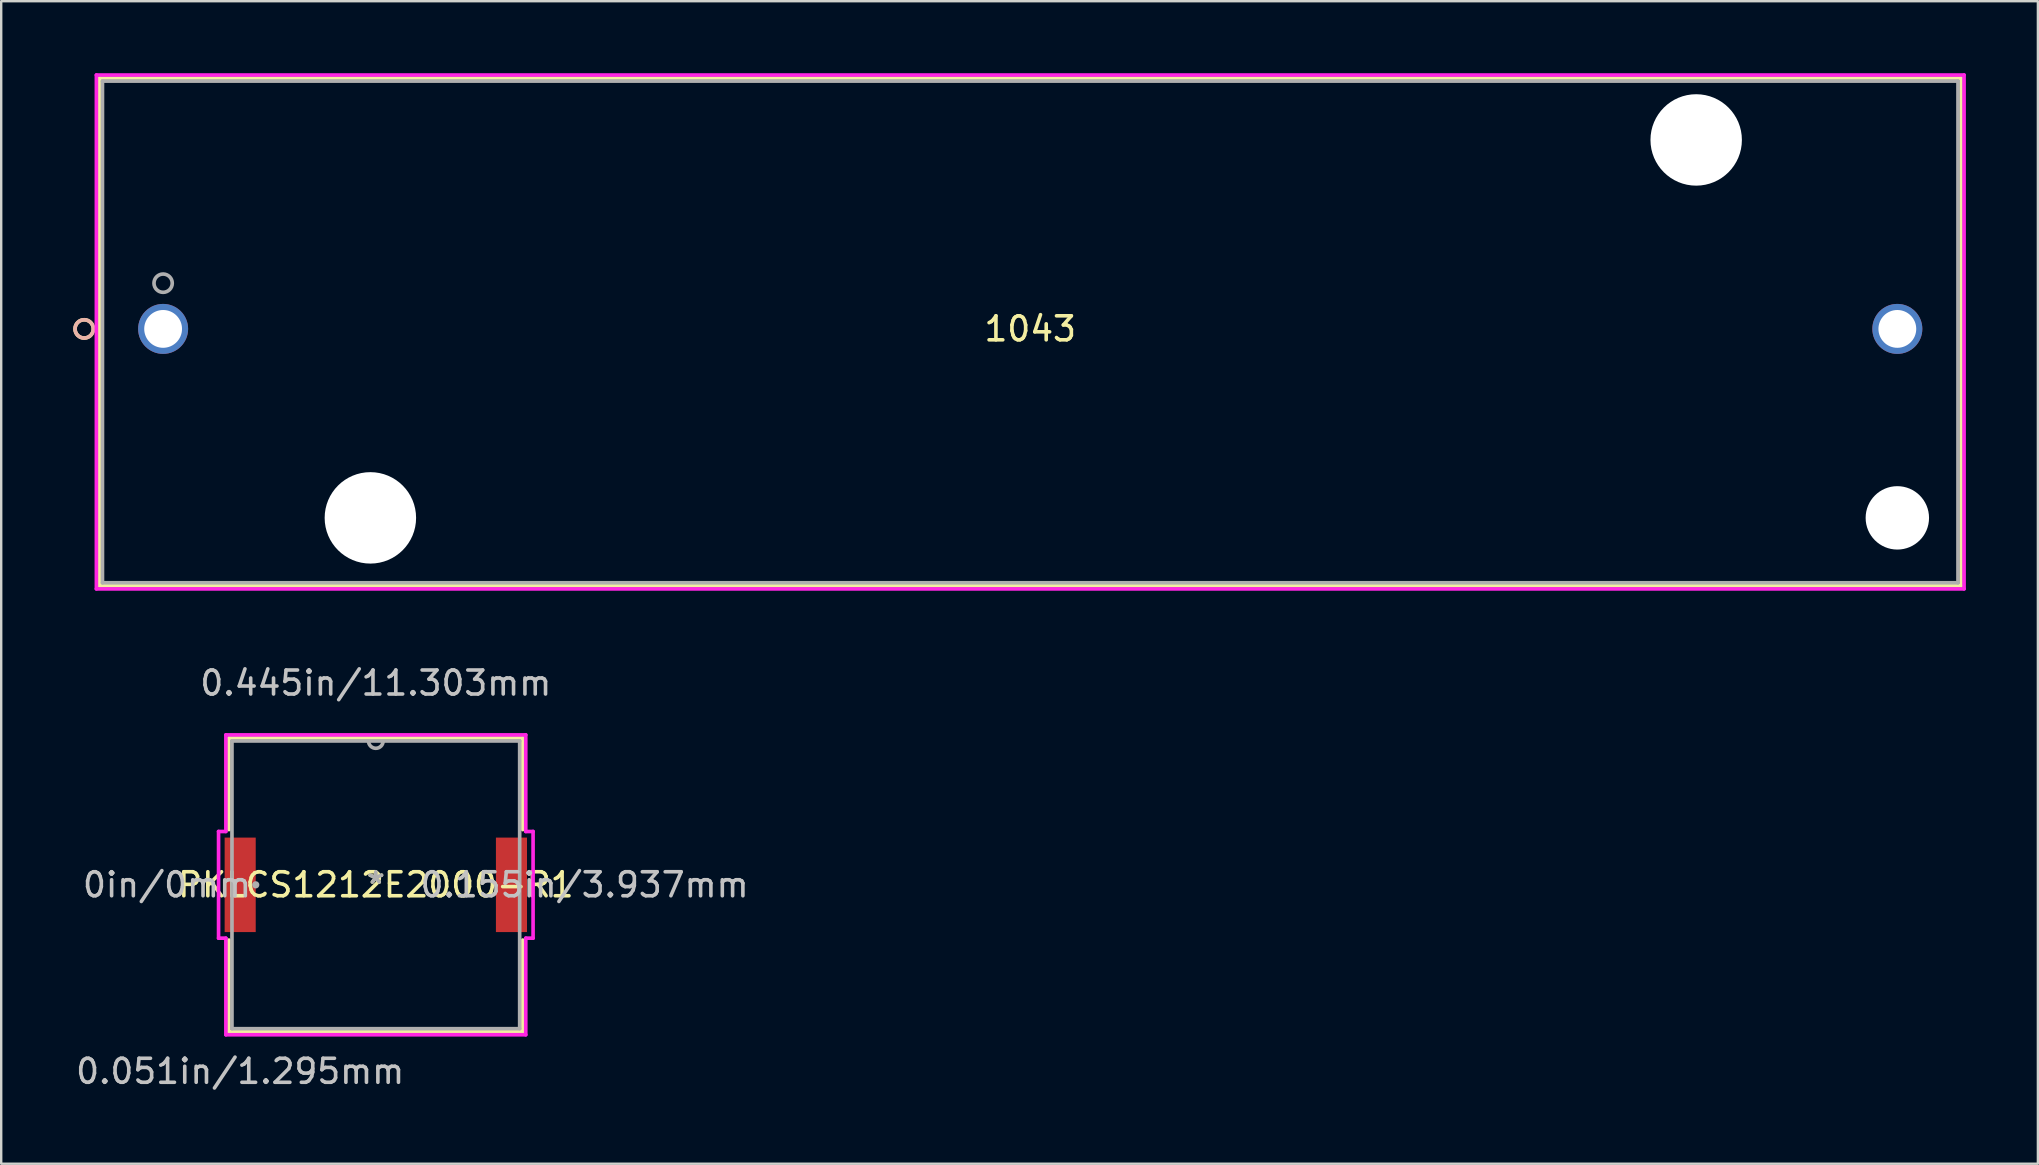
<source format=kicad_pcb>
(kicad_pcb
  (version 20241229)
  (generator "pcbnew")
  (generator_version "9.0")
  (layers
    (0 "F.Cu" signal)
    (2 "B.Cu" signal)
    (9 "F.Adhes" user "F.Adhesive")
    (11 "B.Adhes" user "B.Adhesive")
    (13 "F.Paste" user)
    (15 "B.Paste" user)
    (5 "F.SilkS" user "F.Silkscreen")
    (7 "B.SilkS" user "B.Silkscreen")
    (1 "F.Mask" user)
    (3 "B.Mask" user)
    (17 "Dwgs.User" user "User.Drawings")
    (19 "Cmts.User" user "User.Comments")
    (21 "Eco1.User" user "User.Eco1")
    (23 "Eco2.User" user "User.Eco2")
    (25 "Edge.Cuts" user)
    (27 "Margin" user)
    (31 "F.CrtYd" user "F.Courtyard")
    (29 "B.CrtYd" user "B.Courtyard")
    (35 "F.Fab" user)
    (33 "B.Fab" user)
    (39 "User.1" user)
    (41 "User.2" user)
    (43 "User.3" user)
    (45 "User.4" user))
  (footprint "1043"
    (layer "F.Cu")
    (at 76.01 10.655)
    (property "Reference" "1043" (at -36.132 0 0) (layer "F.SilkS") (effects (font (size 1 1) (thickness 0.15))))
    (attr through_hole)
    (fp_line (start -74.917 -10.452) (end -74.917 10.706) (stroke (width 0.152) (type solid)) (layer "F.SilkS"))
    (fp_line (start -74.917 10.706) (end 2.654 10.706) (stroke (width 0.152) (type solid)) (layer "F.SilkS"))
    (fp_line (start 2.654 -10.452) (end -74.917 -10.452) (stroke (width 0.152) (type solid)) (layer "F.SilkS"))
    (fp_line (start 2.654 10.706) (end 2.654 -10.452) (stroke (width 0.152) (type solid)) (layer "F.SilkS"))
    (fp_circle (center -75.552 0) (end -75.171 0) (stroke (width 0.152) (type solid)) (fill no) (layer "F.SilkS"))
    (fp_circle (center -75.552 0) (end -75.171 0) (stroke (width 0.152) (type solid)) (fill no) (layer "B.SilkS"))
    (fp_line (start -75.044 -10.579) (end -75.044 10.833) (stroke (width 0.152) (type solid)) (layer "F.CrtYd"))
    (fp_line (start -75.044 10.833) (end 2.781 10.833) (stroke (width 0.152) (type solid)) (layer "F.CrtYd"))
    (fp_line (start 2.781 -10.579) (end -75.044 -10.579) (stroke (width 0.152) (type solid)) (layer "F.CrtYd"))
    (fp_line (start 2.781 10.833) (end 2.781 -10.579) (stroke (width 0.152) (type solid)) (layer "F.CrtYd"))
    (fp_line (start -74.79 -10.325) (end -74.79 10.579) (stroke (width 0.152) (type solid)) (layer "F.Fab"))
    (fp_line (start -74.79 10.579) (end 2.527 10.579) (stroke (width 0.152) (type solid)) (layer "F.Fab"))
    (fp_line (start 2.527 -10.325) (end -74.79 -10.325) (stroke (width 0.152) (type solid)) (layer "F.Fab"))
    (fp_line (start 2.527 10.579) (end 2.527 -10.325) (stroke (width 0.152) (type solid)) (layer "F.Fab"))
    (fp_circle (center -72.263 -1.905) (end -71.882 -1.905) (stroke (width 0.152) (type solid)) (fill no) (layer "F.Fab"))
    (fp_text user "*" (at 0 0 0) (layer "F.SilkS") (effects (font (size 1 1) (thickness 0.15))))
    (fp_text user "Copyright 2016 Accelerated Designs. All rights reserved." (at 0 0 0) (layer "Cmts.User") (effects (font (size 0.127 0.127) (thickness 0.002))))
    (fp_text user "*" (at 0 0 0) (layer "F.Fab") (effects (font (size 1 1) (thickness 0.15))))
    (pad "" np_thru_hole circle (at -63.627 7.874) (size 3.81 3.81) (drill 3.81) (layers "*.Cu" "*.Mask"))
    (pad "" np_thru_hole circle (at -8.382 -7.874) (size 3.81 3.81) (drill 3.81) (layers "*.Cu" "*.Mask"))
    (pad "" np_thru_hole circle (at 0 7.874) (size 2.642 2.642) (drill 2.642) (layers "*.Cu" "*.Mask"))
    (pad "1" thru_hole circle (at -72.263 0) (size 2.083 2.083) (drill 1.575) (layers "*.Cu" "*.Mask"))
    (pad "2" thru_hole circle (at 0 0) (size 2.083 2.083) (drill 1.575) (layers "*.Cu" "*.Mask")))
  (footprint "PKLCS1212E2000-R1"
    (layer "F.Cu")
    (at 12.61 33.82)
    (property "Reference" "PKLCS1212E2000-R1" (at 0 0 0) (layer "F.SilkS") (effects (font (size 1 1) (thickness 0.15))))
    (attr through_hole)
    (fp_line (start -6.121 -6.121) (end -6.121 -2.301) (stroke (width 0.152) (type solid)) (layer "F.SilkS"))
    (fp_line (start -6.121 2.301) (end -6.121 6.121) (stroke (width 0.152) (type solid)) (layer "F.SilkS"))
    (fp_line (start -6.121 6.121) (end 6.121 6.121) (stroke (width 0.152) (type solid)) (layer "F.SilkS"))
    (fp_line (start 6.121 -6.121) (end -6.121 -6.121) (stroke (width 0.152) (type solid)) (layer "F.SilkS"))
    (fp_line (start 6.121 -2.301) (end 6.121 -6.121) (stroke (width 0.152) (type solid)) (layer "F.SilkS"))
    (fp_line (start 6.121 6.121) (end 6.121 2.301) (stroke (width 0.152) (type solid)) (layer "F.SilkS"))
    (fp_line (start -6.553 -2.223) (end -6.248 -2.223) (stroke (width 0.152) (type solid)) (layer "F.CrtYd"))
    (fp_line (start -6.553 2.223) (end -6.553 -2.223) (stroke (width 0.152) (type solid)) (layer "F.CrtYd"))
    (fp_line (start -6.248 -6.248) (end 6.248 -6.248) (stroke (width 0.152) (type solid)) (layer "F.CrtYd"))
    (fp_line (start -6.248 -2.223) (end -6.248 -6.248) (stroke (width 0.152) (type solid)) (layer "F.CrtYd"))
    (fp_line (start -6.248 2.223) (end -6.553 2.223) (stroke (width 0.152) (type solid)) (layer "F.CrtYd"))
    (fp_line (start -6.248 6.248) (end -6.248 2.223) (stroke (width 0.152) (type solid)) (layer "F.CrtYd"))
    (fp_line (start 6.248 -6.248) (end 6.248 -2.223) (stroke (width 0.152) (type solid)) (layer "F.CrtYd"))
    (fp_line (start 6.248 -2.223) (end 6.553 -2.223) (stroke (width 0.152) (type solid)) (layer "F.CrtYd"))
    (fp_line (start 6.248 2.223) (end 6.248 6.248) (stroke (width 0.152) (type solid)) (layer "F.CrtYd"))
    (fp_line (start 6.248 6.248) (end -6.248 6.248) (stroke (width 0.152) (type solid)) (layer "F.CrtYd"))
    (fp_line (start 6.553 -2.223) (end 6.553 2.223) (stroke (width 0.152) (type solid)) (layer "F.CrtYd"))
    (fp_line (start 6.553 2.223) (end 6.248 2.223) (stroke (width 0.152) (type solid)) (layer "F.CrtYd"))
    (fp_line (start -5.994 -5.994) (end -5.994 5.994) (stroke (width 0.152) (type solid)) (layer "F.Fab"))
    (fp_line (start -5.994 5.994) (end 5.994 5.994) (stroke (width 0.152) (type solid)) (layer "F.Fab"))
    (fp_line (start 5.994 -5.994) (end -5.994 -5.994) (stroke (width 0.152) (type solid)) (layer "F.Fab"))
    (fp_line (start 5.994 5.994) (end 5.994 -5.994) (stroke (width 0.152) (type solid)) (layer "F.Fab"))
    (fp_arc (start 0.3048 -5.9944) (mid 0 -5.6896) (end -0.3048 -5.9944) (stroke (width 0.1524) (type solid)) (layer "F.Fab"))
    (fp_circle (center -5.004 0) (end -5.004 0) (stroke (width 0.152) (type solid)) (fill no) (layer "F.Fab"))
    (fp_text user "*" (at 0 0 0) (layer "F.SilkS") (effects (font (size 1 1) (thickness 0.15))))
    (fp_text user "0in/0mm" (at -8.7 0 0) (layer "Dwgs.User") (effects (font (size 1 1) (thickness 0.15))))
    (fp_text user "0.051in/1.295mm" (at -5.652 7.772 0) (layer "Dwgs.User") (effects (font (size 1 1) (thickness 0.15))))
    (fp_text user "0.155in/3.937mm" (at 8.7 0 0) (layer "Dwgs.User") (effects (font (size 1 1) (thickness 0.15))))
    (fp_text user "0.445in/11.303mm" (at 0 -8.407 0) (layer "Dwgs.User") (effects (font (size 1 1) (thickness 0.15))))
    (fp_text user "Copyright 2016 Accelerated Designs. All rights reserved." (at 0 0 0) (layer "Cmts.User") (effects (font (size 0.127 0.127) (thickness 0.002))))
    (fp_text user "*" (at 0 0 0) (layer "F.Fab") (effects (font (size 1 1) (thickness 0.15))))
    (pad "1" smd rect (at -5.652 0) (size 1.295 3.937) (layers "F.Cu" "F.Mask" "F.Paste"))
    (pad "2" smd rect (at 5.652 0) (size 1.295 3.937) (layers "F.Cu" "F.Mask" "F.Paste")))
  (gr_rect
    (start -3 -3)
    (end 81.867 45.441)
    (stroke (width 0.1) (type default))
    (fill no)
    (layer "Edge.Cuts")))
</source>
